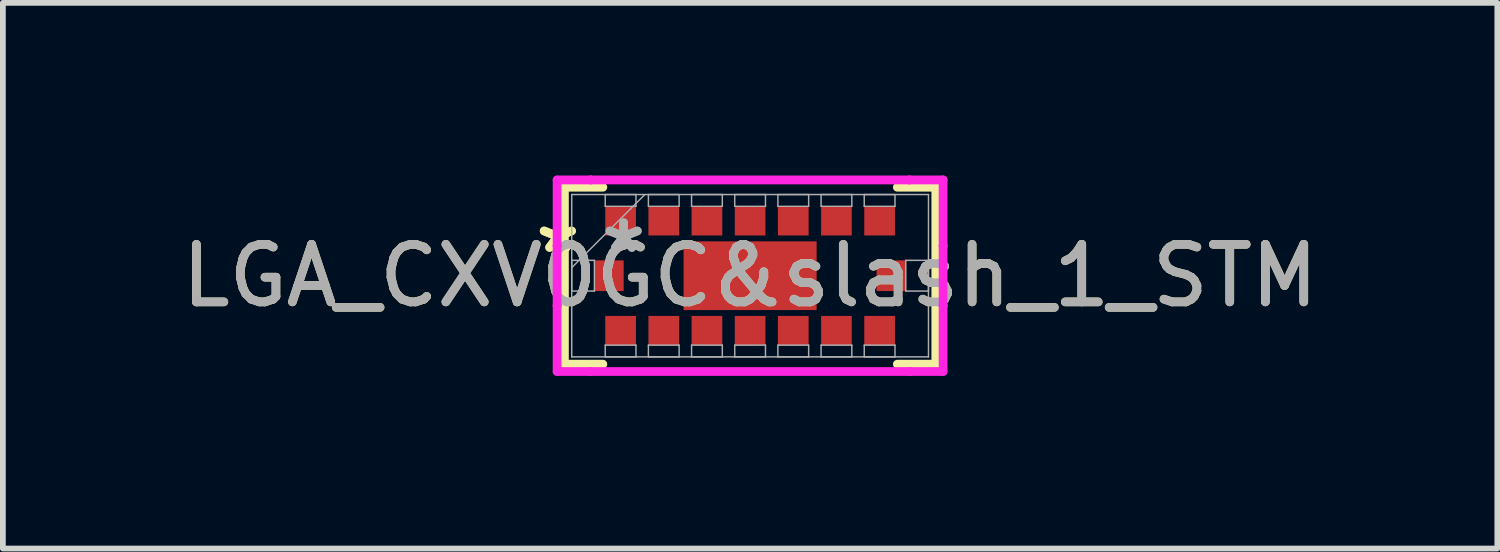
<source format=kicad_pcb>
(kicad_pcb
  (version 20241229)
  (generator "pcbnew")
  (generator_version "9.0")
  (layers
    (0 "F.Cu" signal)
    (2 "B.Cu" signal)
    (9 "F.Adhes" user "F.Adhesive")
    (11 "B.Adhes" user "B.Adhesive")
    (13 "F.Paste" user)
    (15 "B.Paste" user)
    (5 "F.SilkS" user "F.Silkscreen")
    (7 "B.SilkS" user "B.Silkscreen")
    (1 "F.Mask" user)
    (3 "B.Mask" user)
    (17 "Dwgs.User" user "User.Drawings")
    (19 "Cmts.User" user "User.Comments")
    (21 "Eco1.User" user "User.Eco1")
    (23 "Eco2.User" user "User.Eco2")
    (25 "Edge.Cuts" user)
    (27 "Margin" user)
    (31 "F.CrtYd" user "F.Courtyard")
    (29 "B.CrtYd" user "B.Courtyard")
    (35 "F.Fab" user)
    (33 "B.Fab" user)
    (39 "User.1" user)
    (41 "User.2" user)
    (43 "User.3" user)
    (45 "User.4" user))
  (footprint "LGA_CXV0GC&slash_1_STM"
    (layer "F.Cu")
    (at 9.982 1.74)
    (property "Reference" "LGA_CXV0GC&slash_1_STM" (at 0 0 0) (unlocked yes) (layer "F.SilkS") (effects (font (size 1 1) (thickness 0.15))))
    (attr smd)
    (fp_line (start -3.226 -1.537) (end -3.226 1.537) (stroke (width 0.152) (type solid)) (layer "F.SilkS"))
    (fp_line (start -3.226 1.537) (end -2.558 1.537) (stroke (width 0.152) (type solid)) (layer "F.SilkS"))
    (fp_line (start -2.558 -1.537) (end -3.226 -1.537) (stroke (width 0.152) (type solid)) (layer "F.SilkS"))
    (fp_line (start 2.558 1.537) (end 3.226 1.537) (stroke (width 0.152) (type solid)) (layer "F.SilkS"))
    (fp_line (start 3.226 -1.537) (end 2.558 -1.537) (stroke (width 0.152) (type solid)) (layer "F.SilkS"))
    (fp_line (start 3.226 1.537) (end 3.226 -1.537) (stroke (width 0.152) (type solid)) (layer "F.SilkS"))
    (fp_line (start -3.353 -1.664) (end -2.771 -1.664) (stroke (width 0.152) (type solid)) (layer "F.CrtYd"))
    (fp_line (start -3.353 -0.521) (end -3.353 -1.664) (stroke (width 0.152) (type solid)) (layer "F.CrtYd"))
    (fp_line (start -3.353 -0.521) (end -3.353 -0.521) (stroke (width 0.152) (type solid)) (layer "F.CrtYd"))
    (fp_line (start -3.353 0.521) (end -3.353 -0.521) (stroke (width 0.152) (type solid)) (layer "F.CrtYd"))
    (fp_line (start -3.353 0.521) (end -3.353 0.521) (stroke (width 0.152) (type solid)) (layer "F.CrtYd"))
    (fp_line (start -3.353 1.664) (end -3.353 0.521) (stroke (width 0.152) (type solid)) (layer "F.CrtYd"))
    (fp_line (start -2.771 -1.664) (end -2.771 -1.664) (stroke (width 0.152) (type solid)) (layer "F.CrtYd"))
    (fp_line (start -2.771 -1.664) (end 2.771 -1.664) (stroke (width 0.152) (type solid)) (layer "F.CrtYd"))
    (fp_line (start -2.771 1.664) (end -3.353 1.664) (stroke (width 0.152) (type solid)) (layer "F.CrtYd"))
    (fp_line (start -2.771 1.664) (end -2.771 1.664) (stroke (width 0.152) (type solid)) (layer "F.CrtYd"))
    (fp_line (start 2.771 -1.664) (end 2.771 -1.664) (stroke (width 0.152) (type solid)) (layer "F.CrtYd"))
    (fp_line (start 2.771 -1.664) (end 3.353 -1.664) (stroke (width 0.152) (type solid)) (layer "F.CrtYd"))
    (fp_line (start 2.771 1.664) (end -2.771 1.664) (stroke (width 0.152) (type solid)) (layer "F.CrtYd"))
    (fp_line (start 2.771 1.664) (end 2.771 1.664) (stroke (width 0.152) (type solid)) (layer "F.CrtYd"))
    (fp_line (start 3.353 -1.664) (end 3.353 -0.521) (stroke (width 0.152) (type solid)) (layer "F.CrtYd"))
    (fp_line (start 3.353 -0.521) (end 3.353 -0.521) (stroke (width 0.152) (type solid)) (layer "F.CrtYd"))
    (fp_line (start 3.353 -0.521) (end 3.353 0.521) (stroke (width 0.152) (type solid)) (layer "F.CrtYd"))
    (fp_line (start 3.353 0.521) (end 3.353 0.521) (stroke (width 0.152) (type solid)) (layer "F.CrtYd"))
    (fp_line (start 3.353 0.521) (end 3.353 1.664) (stroke (width 0.152) (type solid)) (layer "F.CrtYd"))
    (fp_line (start 3.353 1.664) (end 2.771 1.664) (stroke (width 0.152) (type solid)) (layer "F.CrtYd"))
    (fp_line (start -3.099 -1.41) (end -3.099 -1.41) (stroke (width 0.025) (type solid)) (layer "F.Fab"))
    (fp_line (start -3.099 -1.41) (end -3.099 1.41) (stroke (width 0.025) (type solid)) (layer "F.Fab"))
    (fp_line (start -3.099 -0.267) (end -2.705 -0.267) (stroke (width 0.025) (type solid)) (layer "F.Fab"))
    (fp_line (start -3.099 -0.14) (end -1.829 -1.41) (stroke (width 0.025) (type solid)) (layer "F.Fab"))
    (fp_line (start -3.099 0.267) (end -3.099 -0.267) (stroke (width 0.025) (type solid)) (layer "F.Fab"))
    (fp_line (start -3.099 1.41) (end -3.099 1.41) (stroke (width 0.025) (type solid)) (layer "F.Fab"))
    (fp_line (start -3.099 1.41) (end 3.099 1.41) (stroke (width 0.025) (type solid)) (layer "F.Fab"))
    (fp_line (start -2.705 -0.267) (end -2.705 0.267) (stroke (width 0.025) (type solid)) (layer "F.Fab"))
    (fp_line (start -2.705 0.267) (end -3.099 0.267) (stroke (width 0.025) (type solid)) (layer "F.Fab"))
    (fp_line (start -2.517 -1.41) (end -1.983 -1.41) (stroke (width 0.025) (type solid)) (layer "F.Fab"))
    (fp_line (start -2.517 -1.206) (end -2.517 -1.41) (stroke (width 0.025) (type solid)) (layer "F.Fab"))
    (fp_line (start -2.517 1.206) (end -1.983 1.206) (stroke (width 0.025) (type solid)) (layer "F.Fab"))
    (fp_line (start -2.517 1.41) (end -2.517 1.206) (stroke (width 0.025) (type solid)) (layer "F.Fab"))
    (fp_line (start -1.983 -1.41) (end -1.983 -1.206) (stroke (width 0.025) (type solid)) (layer "F.Fab"))
    (fp_line (start -1.983 -1.206) (end -2.517 -1.206) (stroke (width 0.025) (type solid)) (layer "F.Fab"))
    (fp_line (start -1.983 1.206) (end -1.983 1.41) (stroke (width 0.025) (type solid)) (layer "F.Fab"))
    (fp_line (start -1.983 1.41) (end -2.517 1.41) (stroke (width 0.025) (type solid)) (layer "F.Fab"))
    (fp_line (start -1.767 -1.41) (end -1.233 -1.41) (stroke (width 0.025) (type solid)) (layer "F.Fab"))
    (fp_line (start -1.767 -1.206) (end -1.767 -1.41) (stroke (width 0.025) (type solid)) (layer "F.Fab"))
    (fp_line (start -1.767 1.206) (end -1.233 1.206) (stroke (width 0.025) (type solid)) (layer "F.Fab"))
    (fp_line (start -1.767 1.41) (end -1.767 1.206) (stroke (width 0.025) (type solid)) (layer "F.Fab"))
    (fp_line (start -1.233 -1.41) (end -1.233 -1.206) (stroke (width 0.025) (type solid)) (layer "F.Fab"))
    (fp_line (start -1.233 -1.206) (end -1.767 -1.206) (stroke (width 0.025) (type solid)) (layer "F.Fab"))
    (fp_line (start -1.233 1.206) (end -1.233 1.41) (stroke (width 0.025) (type solid)) (layer "F.Fab"))
    (fp_line (start -1.233 1.41) (end -1.767 1.41) (stroke (width 0.025) (type solid)) (layer "F.Fab"))
    (fp_line (start -1.017 -1.41) (end -0.483 -1.41) (stroke (width 0.025) (type solid)) (layer "F.Fab"))
    (fp_line (start -1.017 -1.206) (end -1.017 -1.41) (stroke (width 0.025) (type solid)) (layer "F.Fab"))
    (fp_line (start -1.017 1.206) (end -0.483 1.206) (stroke (width 0.025) (type solid)) (layer "F.Fab"))
    (fp_line (start -1.017 1.41) (end -1.017 1.206) (stroke (width 0.025) (type solid)) (layer "F.Fab"))
    (fp_line (start -0.483 -1.41) (end -0.483 -1.206) (stroke (width 0.025) (type solid)) (layer "F.Fab"))
    (fp_line (start -0.483 -1.206) (end -1.017 -1.206) (stroke (width 0.025) (type solid)) (layer "F.Fab"))
    (fp_line (start -0.483 1.206) (end -0.483 1.41) (stroke (width 0.025) (type solid)) (layer "F.Fab"))
    (fp_line (start -0.483 1.41) (end -1.017 1.41) (stroke (width 0.025) (type solid)) (layer "F.Fab"))
    (fp_line (start -0.267 -1.41) (end 0.267 -1.41) (stroke (width 0.025) (type solid)) (layer "F.Fab"))
    (fp_line (start -0.267 -1.206) (end -0.267 -1.41) (stroke (width 0.025) (type solid)) (layer "F.Fab"))
    (fp_line (start -0.267 1.206) (end 0.267 1.206) (stroke (width 0.025) (type solid)) (layer "F.Fab"))
    (fp_line (start -0.267 1.41) (end -0.267 1.206) (stroke (width 0.025) (type solid)) (layer "F.Fab"))
    (fp_line (start 0.267 -1.41) (end 0.267 -1.206) (stroke (width 0.025) (type solid)) (layer "F.Fab"))
    (fp_line (start 0.267 -1.206) (end -0.267 -1.206) (stroke (width 0.025) (type solid)) (layer "F.Fab"))
    (fp_line (start 0.267 1.206) (end 0.267 1.41) (stroke (width 0.025) (type solid)) (layer "F.Fab"))
    (fp_line (start 0.267 1.41) (end -0.267 1.41) (stroke (width 0.025) (type solid)) (layer "F.Fab"))
    (fp_line (start 0.483 -1.41) (end 1.017 -1.41) (stroke (width 0.025) (type solid)) (layer "F.Fab"))
    (fp_line (start 0.483 -1.206) (end 0.483 -1.41) (stroke (width 0.025) (type solid)) (layer "F.Fab"))
    (fp_line (start 0.483 1.206) (end 1.017 1.206) (stroke (width 0.025) (type solid)) (layer "F.Fab"))
    (fp_line (start 0.483 1.41) (end 0.483 1.206) (stroke (width 0.025) (type solid)) (layer "F.Fab"))
    (fp_line (start 1.017 -1.41) (end 1.017 -1.206) (stroke (width 0.025) (type solid)) (layer "F.Fab"))
    (fp_line (start 1.017 -1.206) (end 0.483 -1.206) (stroke (width 0.025) (type solid)) (layer "F.Fab"))
    (fp_line (start 1.017 1.206) (end 1.017 1.41) (stroke (width 0.025) (type solid)) (layer "F.Fab"))
    (fp_line (start 1.017 1.41) (end 0.483 1.41) (stroke (width 0.025) (type solid)) (layer "F.Fab"))
    (fp_line (start 1.233 -1.41) (end 1.767 -1.41) (stroke (width 0.025) (type solid)) (layer "F.Fab"))
    (fp_line (start 1.233 -1.206) (end 1.233 -1.41) (stroke (width 0.025) (type solid)) (layer "F.Fab"))
    (fp_line (start 1.233 1.206) (end 1.767 1.206) (stroke (width 0.025) (type solid)) (layer "F.Fab"))
    (fp_line (start 1.233 1.41) (end 1.233 1.206) (stroke (width 0.025) (type solid)) (layer "F.Fab"))
    (fp_line (start 1.767 -1.41) (end 1.767 -1.206) (stroke (width 0.025) (type solid)) (layer "F.Fab"))
    (fp_line (start 1.767 -1.206) (end 1.233 -1.206) (stroke (width 0.025) (type solid)) (layer "F.Fab"))
    (fp_line (start 1.767 1.206) (end 1.767 1.41) (stroke (width 0.025) (type solid)) (layer "F.Fab"))
    (fp_line (start 1.767 1.41) (end 1.233 1.41) (stroke (width 0.025) (type solid)) (layer "F.Fab"))
    (fp_line (start 1.983 -1.41) (end 2.517 -1.41) (stroke (width 0.025) (type solid)) (layer "F.Fab"))
    (fp_line (start 1.983 -1.206) (end 1.983 -1.41) (stroke (width 0.025) (type solid)) (layer "F.Fab"))
    (fp_line (start 1.983 1.206) (end 2.517 1.206) (stroke (width 0.025) (type solid)) (layer "F.Fab"))
    (fp_line (start 1.983 1.41) (end 1.983 1.206) (stroke (width 0.025) (type solid)) (layer "F.Fab"))
    (fp_line (start 2.517 -1.41) (end 2.517 -1.206) (stroke (width 0.025) (type solid)) (layer "F.Fab"))
    (fp_line (start 2.517 -1.206) (end 1.983 -1.206) (stroke (width 0.025) (type solid)) (layer "F.Fab"))
    (fp_line (start 2.517 1.206) (end 2.517 1.41) (stroke (width 0.025) (type solid)) (layer "F.Fab"))
    (fp_line (start 2.517 1.41) (end 1.983 1.41) (stroke (width 0.025) (type solid)) (layer "F.Fab"))
    (fp_line (start 2.705 -0.267) (end 3.099 -0.267) (stroke (width 0.025) (type solid)) (layer "F.Fab"))
    (fp_line (start 2.705 0.267) (end 2.705 -0.267) (stroke (width 0.025) (type solid)) (layer "F.Fab"))
    (fp_line (start 3.099 -1.41) (end -3.099 -1.41) (stroke (width 0.025) (type solid)) (layer "F.Fab"))
    (fp_line (start 3.099 -1.41) (end 3.099 -1.41) (stroke (width 0.025) (type solid)) (layer "F.Fab"))
    (fp_line (start 3.099 -0.267) (end 3.099 0.267) (stroke (width 0.025) (type solid)) (layer "F.Fab"))
    (fp_line (start 3.099 0.267) (end 2.705 0.267) (stroke (width 0.025) (type solid)) (layer "F.Fab"))
    (fp_line (start 3.099 1.41) (end 3.099 -1.41) (stroke (width 0.025) (type solid)) (layer "F.Fab"))
    (fp_line (start 3.099 1.41) (end 3.099 1.41) (stroke (width 0.025) (type solid)) (layer "F.Fab"))
    (fp_text user "*" (at -3.34 -0.375 0) (unlocked yes) (layer "F.SilkS") (effects (font (size 1 1) (thickness 0.15))))
    (fp_text user "*" (at -3.34 -0.375 0) (layer "F.SilkS") (effects (font (size 1 1) (thickness 0.15))))
    (fp_text user "*" (at -2.197 -0.375 0) (unlocked yes) (layer "F.Fab") (effects (font (size 1 1) (thickness 0.15))))
    (fp_text user "*" (at -2.197 -0.375 0) (layer "F.Fab") (effects (font (size 1 1) (thickness 0.15))))
    (fp_text user "${REFERENCE}" (at 0 0 0) (unlocked yes) (layer "F.Fab") (effects (font (size 1 1) (thickness 0.15))))
    (pad "17" smd rect (at 0 0) (size 2.311 1.194) (layers "F.Cu" "F.Mask" "F.Paste"))
    (pad "A1" smd rect (at -2.25 -0.953) (size 0.533 0.508) (layers "F.Cu" "F.Mask" "F.Paste"))
    (pad "A2" smd rect (at -1.5 -0.953) (size 0.533 0.508) (layers "F.Cu" "F.Mask" "F.Paste"))
    (pad "A3" smd rect (at -0.75 -0.953) (size 0.533 0.508) (layers "F.Cu" "F.Mask" "F.Paste"))
    (pad "A4" smd rect (at 0 -0.953) (size 0.533 0.508) (layers "F.Cu" "F.Mask" "F.Paste"))
    (pad "A5" smd rect (at 0.75 -0.953) (size 0.533 0.508) (layers "F.Cu" "F.Mask" "F.Paste"))
    (pad "A6" smd rect (at 1.5 -0.953) (size 0.533 0.508) (layers "F.Cu" "F.Mask" "F.Paste"))
    (pad "A7" smd rect (at 2.25 -0.953) (size 0.533 0.508) (layers "F.Cu" "F.Mask" "F.Paste"))
    (pad "B1" smd rect (at -2.451 0 90) (size 0.533 0.508) (layers "F.Cu" "F.Mask" "F.Paste"))
    (pad "B7" smd rect (at 2.451 0 90) (size 0.533 0.508) (layers "F.Cu" "F.Mask" "F.Paste"))
    (pad "C1" smd rect (at -2.25 0.953) (size 0.533 0.508) (layers "F.Cu" "F.Mask" "F.Paste"))
    (pad "C2" smd rect (at -1.5 0.953) (size 0.533 0.508) (layers "F.Cu" "F.Mask" "F.Paste"))
    (pad "C3" smd rect (at -0.75 0.953) (size 0.533 0.508) (layers "F.Cu" "F.Mask" "F.Paste"))
    (pad "C4" smd rect (at 0 0.953) (size 0.533 0.508) (layers "F.Cu" "F.Mask" "F.Paste"))
    (pad "C5" smd rect (at 0.75 0.953) (size 0.533 0.508) (layers "F.Cu" "F.Mask" "F.Paste"))
    (pad "C6" smd rect (at 1.5 0.953) (size 0.533 0.508) (layers "F.Cu" "F.Mask" "F.Paste"))
    (pad "C7" smd rect (at 2.25 0.953) (size 0.533 0.508) (layers "F.Cu" "F.Mask" "F.Paste")))
  (gr_rect
    (start -3 -3)
    (end 22.964 6.48)
    (stroke (width 0.1) (type default))
    (fill no)
    (layer "Edge.Cuts")))
</source>
